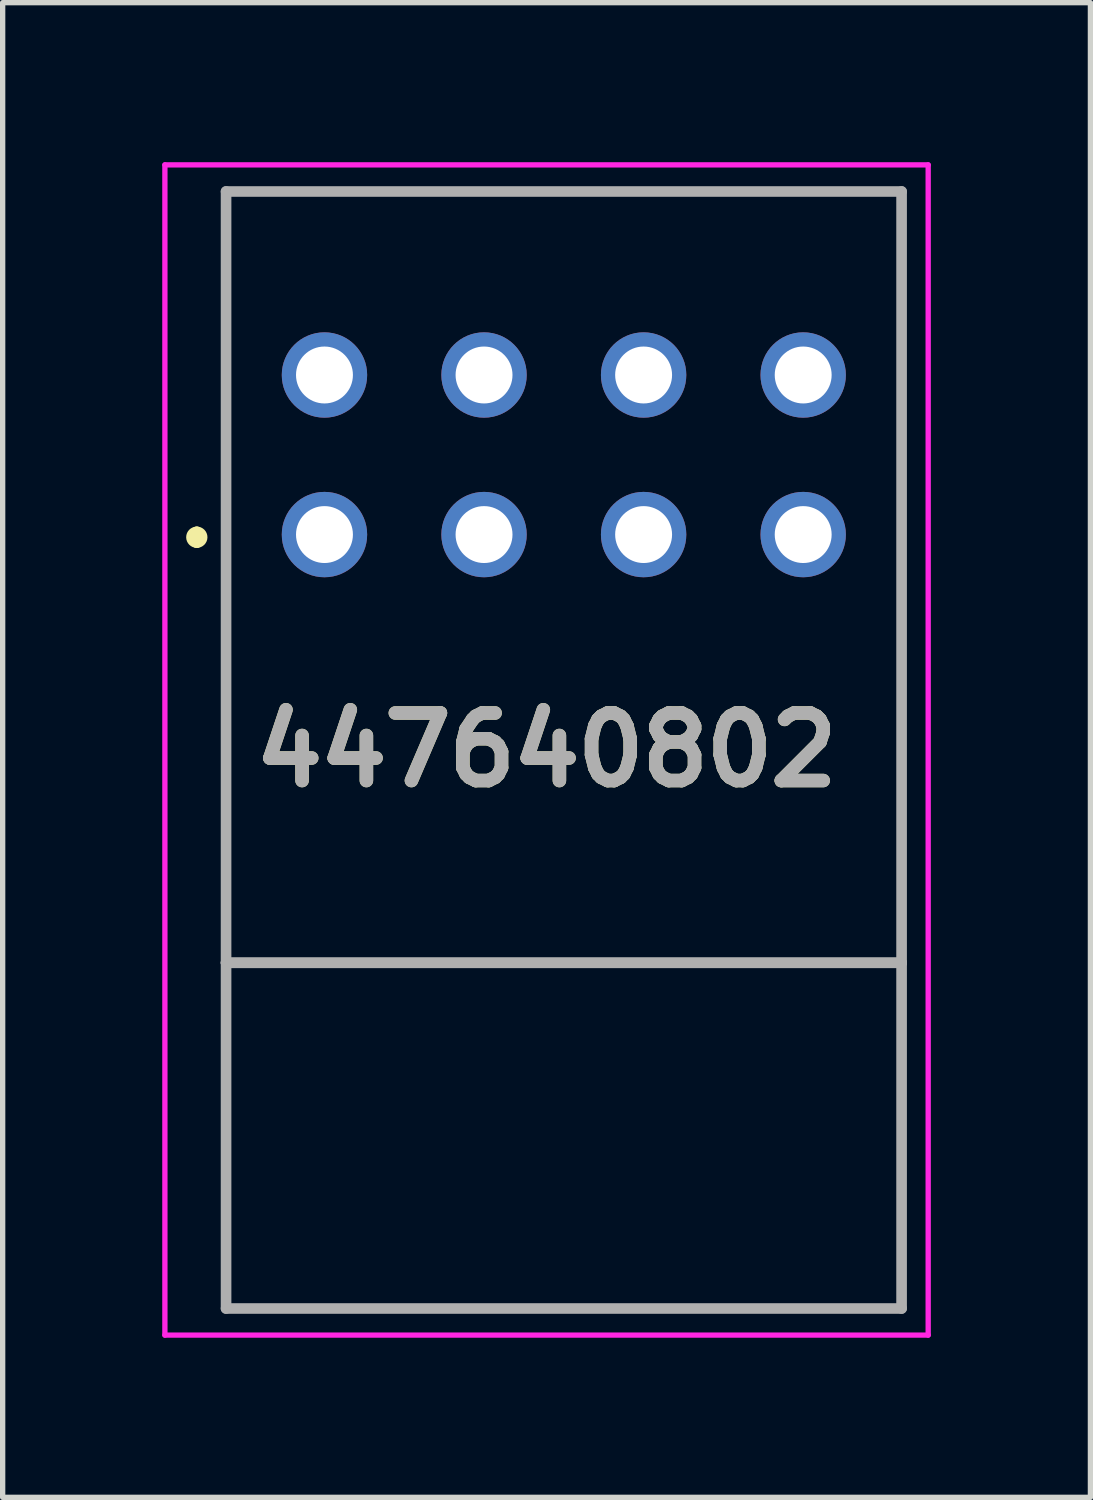
<source format=kicad_pcb>
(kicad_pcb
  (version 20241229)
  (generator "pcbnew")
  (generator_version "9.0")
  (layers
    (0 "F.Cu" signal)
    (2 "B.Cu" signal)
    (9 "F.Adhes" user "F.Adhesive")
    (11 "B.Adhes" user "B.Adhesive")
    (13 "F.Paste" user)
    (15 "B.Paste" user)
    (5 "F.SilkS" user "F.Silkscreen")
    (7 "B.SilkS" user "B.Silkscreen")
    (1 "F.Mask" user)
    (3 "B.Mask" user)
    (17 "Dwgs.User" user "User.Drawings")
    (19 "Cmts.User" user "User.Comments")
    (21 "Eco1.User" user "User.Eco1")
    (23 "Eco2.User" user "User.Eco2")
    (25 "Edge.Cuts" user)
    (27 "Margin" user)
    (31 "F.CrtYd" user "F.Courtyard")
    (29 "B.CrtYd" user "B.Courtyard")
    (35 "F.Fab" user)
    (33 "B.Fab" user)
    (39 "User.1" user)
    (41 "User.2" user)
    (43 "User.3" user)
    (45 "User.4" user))
  (footprint "447640802"
    (layer "F.Cu")
    (at 3.05 7)
    (property "Reference" "447640802" (at 4.175 4.05 0) (layer "F.SilkS") (effects (font (size 1.27 1.27) (thickness 0.254))))
    (attr through_hole)
    (fp_line (start -2.4 -0.05) (end -2.4 -0.05) (stroke (width 0.2) (type solid)) (layer "F.SilkS"))
    (fp_line (start -2.4 0.15) (end -2.4 0.15) (stroke (width 0.2) (type solid)) (layer "F.SilkS"))
    (fp_line (start -1.85 -6.45) (end 10.85 -6.45) (stroke (width 0.1) (type solid)) (layer "F.SilkS"))
    (fp_line (start -1.85 8.05) (end -1.85 -6.45) (stroke (width 0.1) (type solid)) (layer "F.SilkS"))
    (fp_line (start 10.85 -6.45) (end 10.85 8.05) (stroke (width 0.1) (type solid)) (layer "F.SilkS"))
    (fp_line (start 10.85 8.05) (end -1.85 8.05) (stroke (width 0.1) (type solid)) (layer "F.SilkS"))
    (fp_arc (start -2.4 -0.05) (mid -2.3 0.05) (end -2.4 0.15) (stroke (width 0.2) (type solid)) (layer "F.SilkS"))
    (fp_arc (start -2.4 0.15) (mid -2.5 0.05) (end -2.4 -0.05) (stroke (width 0.2) (type solid)) (layer "F.SilkS"))
    (fp_line (start -3 -6.95) (end 11.35 -6.95) (stroke (width 0.1) (type solid)) (layer "F.CrtYd"))
    (fp_line (start -3 15.05) (end -3 -6.95) (stroke (width 0.1) (type solid)) (layer "F.CrtYd"))
    (fp_line (start 11.35 -6.95) (end 11.35 15.05) (stroke (width 0.1) (type solid)) (layer "F.CrtYd"))
    (fp_line (start 11.35 15.05) (end -3 15.05) (stroke (width 0.1) (type solid)) (layer "F.CrtYd"))
    (fp_line (start -1.85 -6.45) (end 10.85 -6.45) (stroke (width 0.2) (type solid)) (layer "F.Fab"))
    (fp_line (start -1.85 8.05) (end -1.85 -6.45) (stroke (width 0.2) (type solid)) (layer "F.Fab"))
    (fp_line (start -1.85 8.05) (end 10.85 8.05) (stroke (width 0.2) (type solid)) (layer "F.Fab"))
    (fp_line (start -1.85 14.55) (end -1.85 8.05) (stroke (width 0.2) (type solid)) (layer "F.Fab"))
    (fp_line (start 10.85 -6.45) (end 10.85 8.05) (stroke (width 0.2) (type solid)) (layer "F.Fab"))
    (fp_line (start 10.85 8.05) (end -1.85 8.05) (stroke (width 0.2) (type solid)) (layer "F.Fab"))
    (fp_line (start 10.85 8.05) (end 10.85 14.55) (stroke (width 0.2) (type solid)) (layer "F.Fab"))
    (fp_line (start 10.85 14.55) (end -1.85 14.55) (stroke (width 0.2) (type solid)) (layer "F.Fab"))
    (fp_text user "${REFERENCE}" (at 4.175 4.05 0) (layer "F.Fab") (effects (font (size 1.27 1.27) (thickness 0.254))))
    (pad "" np_thru_hole circle (at 1.5 3.05) (size 0.001 0.001) (drill 2.41) (layers "*.Cu" "*.Mask"))
    (pad "" np_thru_hole circle (at 7.5 3.05) (size 0.001 0.001) (drill 2.41) (layers "*.Cu" "*.Mask"))
    (pad "1" thru_hole circle (at 0 0) (size 1.605 1.605) (drill 1.07) (layers "*.Cu" "*.Mask"))
    (pad "2" thru_hole circle (at 3 0) (size 1.605 1.605) (drill 1.07) (layers "*.Cu" "*.Mask"))
    (pad "3" thru_hole circle (at 6 0) (size 1.605 1.605) (drill 1.07) (layers "*.Cu" "*.Mask"))
    (pad "4" thru_hole circle (at 9 0) (size 1.605 1.605) (drill 1.07) (layers "*.Cu" "*.Mask"))
    (pad "5" thru_hole circle (at 0 -3) (size 1.605 1.605) (drill 1.07) (layers "*.Cu" "*.Mask"))
    (pad "6" thru_hole circle (at 3 -3) (size 1.605 1.605) (drill 1.07) (layers "*.Cu" "*.Mask"))
    (pad "7" thru_hole circle (at 6 -3) (size 1.605 1.605) (drill 1.07) (layers "*.Cu" "*.Mask"))
    (pad "8" thru_hole circle (at 9 -3) (size 1.605 1.605) (drill 1.07) (layers "*.Cu" "*.Mask")))
  (gr_rect
    (start -3 -3)
    (end 17.45 25.1)
    (stroke (width 0.1) (type default))
    (fill no)
    (layer "Edge.Cuts")))
</source>
